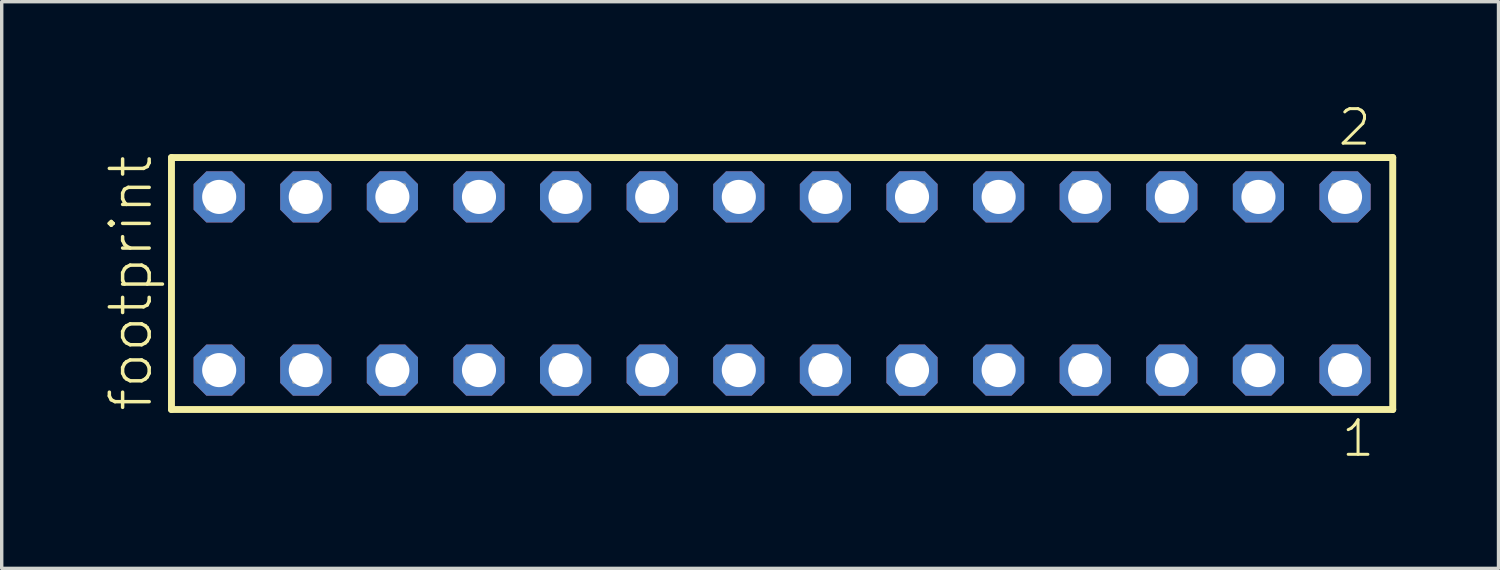
<source format=kicad_pcb>
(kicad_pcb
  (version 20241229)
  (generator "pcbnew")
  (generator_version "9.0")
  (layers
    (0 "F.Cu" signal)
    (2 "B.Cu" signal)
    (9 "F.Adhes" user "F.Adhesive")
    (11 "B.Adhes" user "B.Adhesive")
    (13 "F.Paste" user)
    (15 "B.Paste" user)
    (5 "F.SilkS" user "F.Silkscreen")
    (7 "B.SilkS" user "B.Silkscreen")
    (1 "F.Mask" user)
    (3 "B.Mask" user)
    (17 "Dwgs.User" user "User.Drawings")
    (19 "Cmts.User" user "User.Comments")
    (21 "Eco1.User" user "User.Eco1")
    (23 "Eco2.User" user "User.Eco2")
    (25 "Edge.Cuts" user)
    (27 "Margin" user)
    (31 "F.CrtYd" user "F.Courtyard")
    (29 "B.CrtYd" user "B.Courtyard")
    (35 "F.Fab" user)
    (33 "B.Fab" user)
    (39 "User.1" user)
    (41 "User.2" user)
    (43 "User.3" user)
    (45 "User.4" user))
  (footprint "footprint"
    (layer "F.Cu")
    (at 19.888 5.265)
    (property "Reference" "footprint" (at -18.415 3.81 90) (layer "F.SilkS") (effects (font (size 1.168 1.168) (thickness 0.102)) (justify left bottom)))
    (fp_line (start -17.909 -3.695) (end 17.909 -3.695) (stroke (width 0.203) (type solid)) (layer "F.SilkS"))
    (fp_line (start -17.909 3.695) (end -17.909 -3.695) (stroke (width 0.203) (type solid)) (layer "F.SilkS"))
    (fp_line (start 17.909 -3.695) (end 17.909 3.695) (stroke (width 0.203) (type solid)) (layer "F.SilkS"))
    (fp_line (start 17.909 3.695) (end -17.909 3.695) (stroke (width 0.203) (type solid)) (layer "F.SilkS"))
    (fp_poly (pts (xy -16.86 -2.19) (xy -16.16 -2.19) (xy -16.16 -2.89) (xy -16.86 -2.89)) (stroke (width 0.1) (type solid)) (fill no) (layer "F.Fab"))
    (fp_poly (pts (xy -16.86 2.89) (xy -16.16 2.89) (xy -16.16 2.19) (xy -16.86 2.19)) (stroke (width 0.1) (type solid)) (fill no) (layer "F.Fab"))
    (fp_poly (pts (xy -14.32 -2.19) (xy -13.62 -2.19) (xy -13.62 -2.89) (xy -14.32 -2.89)) (stroke (width 0.1) (type solid)) (fill no) (layer "F.Fab"))
    (fp_poly (pts (xy -14.32 2.89) (xy -13.62 2.89) (xy -13.62 2.19) (xy -14.32 2.19)) (stroke (width 0.1) (type solid)) (fill no) (layer "F.Fab"))
    (fp_poly (pts (xy -11.78 -2.19) (xy -11.08 -2.19) (xy -11.08 -2.89) (xy -11.78 -2.89)) (stroke (width 0.1) (type solid)) (fill no) (layer "F.Fab"))
    (fp_poly (pts (xy -11.78 2.89) (xy -11.08 2.89) (xy -11.08 2.19) (xy -11.78 2.19)) (stroke (width 0.1) (type solid)) (fill no) (layer "F.Fab"))
    (fp_poly (pts (xy -9.24 -2.19) (xy -8.54 -2.19) (xy -8.54 -2.89) (xy -9.24 -2.89)) (stroke (width 0.1) (type solid)) (fill no) (layer "F.Fab"))
    (fp_poly (pts (xy -9.24 2.89) (xy -8.54 2.89) (xy -8.54 2.19) (xy -9.24 2.19)) (stroke (width 0.1) (type solid)) (fill no) (layer "F.Fab"))
    (fp_poly (pts (xy -6.7 -2.19) (xy -6 -2.19) (xy -6 -2.89) (xy -6.7 -2.89)) (stroke (width 0.1) (type solid)) (fill no) (layer "F.Fab"))
    (fp_poly (pts (xy -6.7 2.89) (xy -6 2.89) (xy -6 2.19) (xy -6.7 2.19)) (stroke (width 0.1) (type solid)) (fill no) (layer "F.Fab"))
    (fp_poly (pts (xy -4.16 -2.19) (xy -3.46 -2.19) (xy -3.46 -2.89) (xy -4.16 -2.89)) (stroke (width 0.1) (type solid)) (fill no) (layer "F.Fab"))
    (fp_poly (pts (xy -4.16 2.89) (xy -3.46 2.89) (xy -3.46 2.19) (xy -4.16 2.19)) (stroke (width 0.1) (type solid)) (fill no) (layer "F.Fab"))
    (fp_poly (pts (xy -1.62 -2.19) (xy -0.92 -2.19) (xy -0.92 -2.89) (xy -1.62 -2.89)) (stroke (width 0.1) (type solid)) (fill no) (layer "F.Fab"))
    (fp_poly (pts (xy -1.62 2.89) (xy -0.92 2.89) (xy -0.92 2.19) (xy -1.62 2.19)) (stroke (width 0.1) (type solid)) (fill no) (layer "F.Fab"))
    (fp_poly (pts (xy 0.92 -2.19) (xy 1.62 -2.19) (xy 1.62 -2.89) (xy 0.92 -2.89)) (stroke (width 0.1) (type solid)) (fill no) (layer "F.Fab"))
    (fp_poly (pts (xy 0.92 2.89) (xy 1.62 2.89) (xy 1.62 2.19) (xy 0.92 2.19)) (stroke (width 0.1) (type solid)) (fill no) (layer "F.Fab"))
    (fp_poly (pts (xy 3.46 -2.19) (xy 4.16 -2.19) (xy 4.16 -2.89) (xy 3.46 -2.89)) (stroke (width 0.1) (type solid)) (fill no) (layer "F.Fab"))
    (fp_poly (pts (xy 3.46 2.89) (xy 4.16 2.89) (xy 4.16 2.19) (xy 3.46 2.19)) (stroke (width 0.1) (type solid)) (fill no) (layer "F.Fab"))
    (fp_poly (pts (xy 6 -2.19) (xy 6.7 -2.19) (xy 6.7 -2.89) (xy 6 -2.89)) (stroke (width 0.1) (type solid)) (fill no) (layer "F.Fab"))
    (fp_poly (pts (xy 6 2.89) (xy 6.7 2.89) (xy 6.7 2.19) (xy 6 2.19)) (stroke (width 0.1) (type solid)) (fill no) (layer "F.Fab"))
    (fp_poly (pts (xy 8.54 -2.19) (xy 9.24 -2.19) (xy 9.24 -2.89) (xy 8.54 -2.89)) (stroke (width 0.1) (type solid)) (fill no) (layer "F.Fab"))
    (fp_poly (pts (xy 8.54 2.89) (xy 9.24 2.89) (xy 9.24 2.19) (xy 8.54 2.19)) (stroke (width 0.1) (type solid)) (fill no) (layer "F.Fab"))
    (fp_poly (pts (xy 11.08 -2.19) (xy 11.78 -2.19) (xy 11.78 -2.89) (xy 11.08 -2.89)) (stroke (width 0.1) (type solid)) (fill no) (layer "F.Fab"))
    (fp_poly (pts (xy 11.08 2.89) (xy 11.78 2.89) (xy 11.78 2.19) (xy 11.08 2.19)) (stroke (width 0.1) (type solid)) (fill no) (layer "F.Fab"))
    (fp_poly (pts (xy 13.62 -2.19) (xy 14.32 -2.19) (xy 14.32 -2.89) (xy 13.62 -2.89)) (stroke (width 0.1) (type solid)) (fill no) (layer "F.Fab"))
    (fp_poly (pts (xy 13.62 2.89) (xy 14.32 2.89) (xy 14.32 2.19) (xy 13.62 2.19)) (stroke (width 0.1) (type solid)) (fill no) (layer "F.Fab"))
    (fp_poly (pts (xy 16.16 -2.19) (xy 16.86 -2.19) (xy 16.86 -2.89) (xy 16.16 -2.89)) (stroke (width 0.1) (type solid)) (fill no) (layer "F.Fab"))
    (fp_poly (pts (xy 16.16 2.89) (xy 16.86 2.89) (xy 16.86 2.19) (xy 16.16 2.19)) (stroke (width 0.1) (type solid)) (fill no) (layer "F.Fab"))
    (fp_text user "1" (at 16.352 5.138 0) (layer "F.SilkS") (effects (font (size 1.012 1.012) (thickness 0.088)) (justify left bottom)))
    (fp_text user "2" (at 16.252 -3.989 0) (layer "F.SilkS") (effects (font (size 1.012 1.012) (thickness 0.088)) (justify left bottom)))
    (pad "1" thru_hole roundrect (at 16.51 2.54 180) (size 1.5 1.5) (drill 1) (layers "*.Cu" "*.Mask") (roundrect_rratio 0.25) (chamfer_ratio 0.25) (chamfer top_left top_right bottom_left bottom_right))
    (pad "2" thru_hole roundrect (at 16.51 -2.54 180) (size 1.5 1.5) (drill 1) (layers "*.Cu" "*.Mask") (roundrect_rratio 0.25) (chamfer_ratio 0.25) (chamfer top_left top_right bottom_left bottom_right))
    (pad "3" thru_hole roundrect (at 13.97 2.54 180) (size 1.5 1.5) (drill 1) (layers "*.Cu" "*.Mask") (roundrect_rratio 0.25) (chamfer_ratio 0.25) (chamfer top_left top_right bottom_left bottom_right))
    (pad "4" thru_hole roundrect (at 13.97 -2.54 180) (size 1.5 1.5) (drill 1) (layers "*.Cu" "*.Mask") (roundrect_rratio 0.25) (chamfer_ratio 0.25) (chamfer top_left top_right bottom_left bottom_right))
    (pad "5" thru_hole roundrect (at 11.43 2.54 180) (size 1.5 1.5) (drill 1) (layers "*.Cu" "*.Mask") (roundrect_rratio 0.25) (chamfer_ratio 0.25) (chamfer top_left top_right bottom_left bottom_right))
    (pad "6" thru_hole roundrect (at 11.43 -2.54 180) (size 1.5 1.5) (drill 1) (layers "*.Cu" "*.Mask") (roundrect_rratio 0.25) (chamfer_ratio 0.25) (chamfer top_left top_right bottom_left bottom_right))
    (pad "7" thru_hole roundrect (at 8.89 2.54 180) (size 1.5 1.5) (drill 1) (layers "*.Cu" "*.Mask") (roundrect_rratio 0.25) (chamfer_ratio 0.25) (chamfer top_left top_right bottom_left bottom_right))
    (pad "8" thru_hole roundrect (at 8.89 -2.54 180) (size 1.5 1.5) (drill 1) (layers "*.Cu" "*.Mask") (roundrect_rratio 0.25) (chamfer_ratio 0.25) (chamfer top_left top_right bottom_left bottom_right))
    (pad "9" thru_hole roundrect (at 6.35 2.54 180) (size 1.5 1.5) (drill 1) (layers "*.Cu" "*.Mask") (roundrect_rratio 0.25) (chamfer_ratio 0.25) (chamfer top_left top_right bottom_left bottom_right))
    (pad "10" thru_hole roundrect (at 6.35 -2.54 180) (size 1.5 1.5) (drill 1) (layers "*.Cu" "*.Mask") (roundrect_rratio 0.25) (chamfer_ratio 0.25) (chamfer top_left top_right bottom_left bottom_right))
    (pad "11" thru_hole roundrect (at 3.81 2.54 180) (size 1.5 1.5) (drill 1) (layers "*.Cu" "*.Mask") (roundrect_rratio 0.25) (chamfer_ratio 0.25) (chamfer top_left top_right bottom_left bottom_right))
    (pad "12" thru_hole roundrect (at 3.81 -2.54 180) (size 1.5 1.5) (drill 1) (layers "*.Cu" "*.Mask") (roundrect_rratio 0.25) (chamfer_ratio 0.25) (chamfer top_left top_right bottom_left bottom_right))
    (pad "13" thru_hole roundrect (at 1.27 2.54 180) (size 1.5 1.5) (drill 1) (layers "*.Cu" "*.Mask") (roundrect_rratio 0.25) (chamfer_ratio 0.25) (chamfer top_left top_right bottom_left bottom_right))
    (pad "14" thru_hole roundrect (at 1.27 -2.54 180) (size 1.5 1.5) (drill 1) (layers "*.Cu" "*.Mask") (roundrect_rratio 0.25) (chamfer_ratio 0.25) (chamfer top_left top_right bottom_left bottom_right))
    (pad "15" thru_hole roundrect (at -1.27 2.54 180) (size 1.5 1.5) (drill 1) (layers "*.Cu" "*.Mask") (roundrect_rratio 0.25) (chamfer_ratio 0.25) (chamfer top_left top_right bottom_left bottom_right))
    (pad "16" thru_hole roundrect (at -1.27 -2.54 180) (size 1.5 1.5) (drill 1) (layers "*.Cu" "*.Mask") (roundrect_rratio 0.25) (chamfer_ratio 0.25) (chamfer top_left top_right bottom_left bottom_right))
    (pad "17" thru_hole roundrect (at -3.81 2.54 180) (size 1.5 1.5) (drill 1) (layers "*.Cu" "*.Mask") (roundrect_rratio 0.25) (chamfer_ratio 0.25) (chamfer top_left top_right bottom_left bottom_right))
    (pad "18" thru_hole roundrect (at -3.81 -2.54 180) (size 1.5 1.5) (drill 1) (layers "*.Cu" "*.Mask") (roundrect_rratio 0.25) (chamfer_ratio 0.25) (chamfer top_left top_right bottom_left bottom_right))
    (pad "19" thru_hole roundrect (at -6.35 2.54 180) (size 1.5 1.5) (drill 1) (layers "*.Cu" "*.Mask") (roundrect_rratio 0.25) (chamfer_ratio 0.25) (chamfer top_left top_right bottom_left bottom_right))
    (pad "20" thru_hole roundrect (at -6.35 -2.54 180) (size 1.5 1.5) (drill 1) (layers "*.Cu" "*.Mask") (roundrect_rratio 0.25) (chamfer_ratio 0.25) (chamfer top_left top_right bottom_left bottom_right))
    (pad "21" thru_hole roundrect (at -8.89 2.54 180) (size 1.5 1.5) (drill 1) (layers "*.Cu" "*.Mask") (roundrect_rratio 0.25) (chamfer_ratio 0.25) (chamfer top_left top_right bottom_left bottom_right))
    (pad "22" thru_hole roundrect (at -8.89 -2.54 180) (size 1.5 1.5) (drill 1) (layers "*.Cu" "*.Mask") (roundrect_rratio 0.25) (chamfer_ratio 0.25) (chamfer top_left top_right bottom_left bottom_right))
    (pad "23" thru_hole roundrect (at -11.43 2.54 180) (size 1.5 1.5) (drill 1) (layers "*.Cu" "*.Mask") (roundrect_rratio 0.25) (chamfer_ratio 0.25) (chamfer top_left top_right bottom_left bottom_right))
    (pad "24" thru_hole roundrect (at -11.43 -2.54 180) (size 1.5 1.5) (drill 1) (layers "*.Cu" "*.Mask") (roundrect_rratio 0.25) (chamfer_ratio 0.25) (chamfer top_left top_right bottom_left bottom_right))
    (pad "25" thru_hole roundrect (at -13.97 2.54 180) (size 1.5 1.5) (drill 1) (layers "*.Cu" "*.Mask") (roundrect_rratio 0.25) (chamfer_ratio 0.25) (chamfer top_left top_right bottom_left bottom_right))
    (pad "26" thru_hole roundrect (at -13.97 -2.54 180) (size 1.5 1.5) (drill 1) (layers "*.Cu" "*.Mask") (roundrect_rratio 0.25) (chamfer_ratio 0.25) (chamfer top_left top_right bottom_left bottom_right))
    (pad "27" thru_hole roundrect (at -16.51 2.54 180) (size 1.5 1.5) (drill 1) (layers "*.Cu" "*.Mask") (roundrect_rratio 0.25) (chamfer_ratio 0.25) (chamfer top_left top_right bottom_left bottom_right))
    (pad "28" thru_hole roundrect (at -16.51 -2.54 180) (size 1.5 1.5) (drill 1) (layers "*.Cu" "*.Mask") (roundrect_rratio 0.25) (chamfer_ratio 0.25) (chamfer top_left top_right bottom_left bottom_right)))
  (gr_rect
    (start -3 -3)
    (end 40.899 13.62)
    (stroke (width 0.1) (type default))
    (fill no)
    (layer "Edge.Cuts")))
</source>
